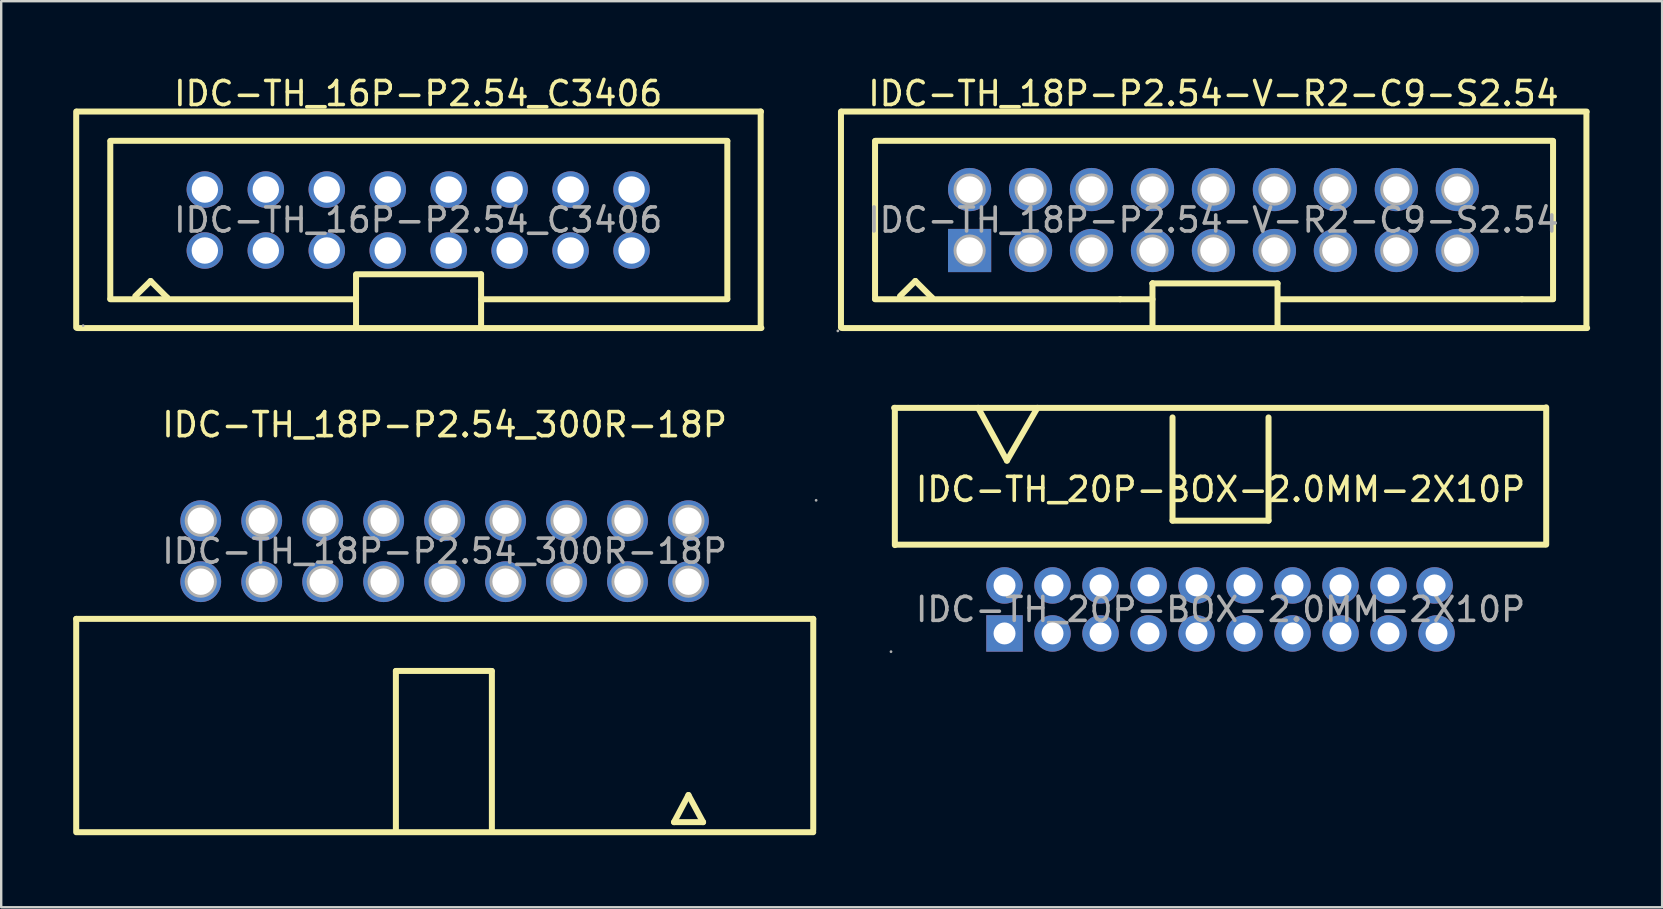
<source format=kicad_pcb>
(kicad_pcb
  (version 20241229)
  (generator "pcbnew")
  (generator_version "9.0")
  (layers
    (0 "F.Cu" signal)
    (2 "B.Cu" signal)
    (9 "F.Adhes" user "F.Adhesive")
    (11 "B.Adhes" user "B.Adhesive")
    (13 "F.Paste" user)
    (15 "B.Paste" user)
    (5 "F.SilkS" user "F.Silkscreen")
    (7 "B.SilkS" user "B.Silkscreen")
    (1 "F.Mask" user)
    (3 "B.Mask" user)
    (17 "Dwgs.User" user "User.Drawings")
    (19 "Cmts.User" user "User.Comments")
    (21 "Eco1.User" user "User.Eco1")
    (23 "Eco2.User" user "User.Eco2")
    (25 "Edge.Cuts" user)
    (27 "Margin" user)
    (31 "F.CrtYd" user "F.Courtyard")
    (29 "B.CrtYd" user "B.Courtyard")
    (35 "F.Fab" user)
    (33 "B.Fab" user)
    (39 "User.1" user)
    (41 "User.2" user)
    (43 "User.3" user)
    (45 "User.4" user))
  (footprint "IDC-TH_18P-P2.54-V-R2-C9-S2.54"
    (layer "F.Cu")
    (at 47.51 6.118)
    (property "Reference" "IDC-TH_18P-P2.54-V-R2-C9-S2.54" (at 0 -5.27 0) (layer "F.SilkS") (effects (font (size 1 1) (thickness 0.15))))
    (attr through_hole)
    (fp_line (start -15.52 4.48) (end -15.52 -4.52) (stroke (width 0.25) (type solid)) (layer "F.SilkS"))
    (fp_line (start -15.49 -4.52) (end 15.55 -4.52) (stroke (width 0.25) (type solid)) (layer "F.SilkS"))
    (fp_line (start -15.47 4.5) (end 15.57 4.5) (stroke (width 0.25) (type solid)) (layer "F.SilkS"))
    (fp_line (start -14.1 3.28) (end -14.1 -3.29) (stroke (width 0.25) (type solid)) (layer "F.SilkS"))
    (fp_line (start -14.1 3.3) (end -3.89 3.3) (stroke (width 0.25) (type solid)) (layer "F.SilkS"))
    (fp_line (start -14.09 -3.3) (end 14.15 -3.3) (stroke (width 0.25) (type solid)) (layer "F.SilkS"))
    (fp_line (start -13.06 3.17) (end -12.42 2.54) (stroke (width 0.25) (type solid)) (layer "F.SilkS"))
    (fp_line (start -12.42 2.54) (end -11.73 3.23) (stroke (width 0.25) (type solid)) (layer "F.SilkS"))
    (fp_line (start -11.73 3.23) (end -11.73 3.25) (stroke (width 0.25) (type solid)) (layer "F.SilkS"))
    (fp_line (start -3.89 3.3) (end -2.54 3.3) (stroke (width 0.25) (type solid)) (layer "F.SilkS"))
    (fp_line (start -2.54 2.64) (end -2.54 2.64) (stroke (width 0.25) (type solid)) (layer "F.SilkS"))
    (fp_line (start -2.54 2.64) (end -2.54 4.5) (stroke (width 0.25) (type solid)) (layer "F.SilkS"))
    (fp_line (start -2.54 2.64) (end 2.67 2.64) (stroke (width 0.25) (type solid)) (layer "F.SilkS"))
    (fp_line (start 2.67 2.64) (end 2.67 4.5) (stroke (width 0.25) (type solid)) (layer "F.SilkS"))
    (fp_line (start 2.67 4.5) (end 2.67 4.47) (stroke (width 0.25) (type solid)) (layer "F.SilkS"))
    (fp_line (start 2.69 3.3) (end 12.85 3.3) (stroke (width 0.25) (type solid)) (layer "F.SilkS"))
    (fp_line (start 12.85 3.3) (end 14.15 3.3) (stroke (width 0.25) (type solid)) (layer "F.SilkS"))
    (fp_line (start 14.15 -3.28) (end 14.15 3.29) (stroke (width 0.25) (type solid)) (layer "F.SilkS"))
    (fp_line (start 15.54 -4.5) (end 15.54 4.5) (stroke (width 0.25) (type solid)) (layer "F.SilkS"))
    (fp_circle (center -15.65 4.62) (end -15.62 4.62) (stroke (width 0.06) (type solid)) (fill no) (layer "F.Fab"))
    (fp_circle (center -10.16 -1.27) (end -9.94 -1.27) (stroke (width 0.45) (type solid)) (fill no) (layer "F.Fab"))
    (fp_circle (center -10.16 1.27) (end -9.94 1.27) (stroke (width 0.45) (type solid)) (fill no) (layer "F.Fab"))
    (fp_circle (center -7.62 -1.27) (end -7.4 -1.27) (stroke (width 0.45) (type solid)) (fill no) (layer "F.Fab"))
    (fp_circle (center -7.62 1.27) (end -7.4 1.27) (stroke (width 0.45) (type solid)) (fill no) (layer "F.Fab"))
    (fp_circle (center -5.08 -1.27) (end -4.86 -1.27) (stroke (width 0.45) (type solid)) (fill no) (layer "F.Fab"))
    (fp_circle (center -5.08 1.27) (end -4.86 1.27) (stroke (width 0.45) (type solid)) (fill no) (layer "F.Fab"))
    (fp_circle (center -2.54 -1.27) (end -2.32 -1.27) (stroke (width 0.45) (type solid)) (fill no) (layer "F.Fab"))
    (fp_circle (center -2.54 1.27) (end -2.32 1.27) (stroke (width 0.45) (type solid)) (fill no) (layer "F.Fab"))
    (fp_circle (center 0 -1.27) (end 0.22 -1.27) (stroke (width 0.45) (type solid)) (fill no) (layer "F.Fab"))
    (fp_circle (center 0 1.27) (end 0.22 1.27) (stroke (width 0.45) (type solid)) (fill no) (layer "F.Fab"))
    (fp_circle (center 2.54 -1.27) (end 2.76 -1.27) (stroke (width 0.45) (type solid)) (fill no) (layer "F.Fab"))
    (fp_circle (center 2.54 1.27) (end 2.76 1.27) (stroke (width 0.45) (type solid)) (fill no) (layer "F.Fab"))
    (fp_circle (center 5.08 -1.27) (end 5.3 -1.27) (stroke (width 0.45) (type solid)) (fill no) (layer "F.Fab"))
    (fp_circle (center 5.08 1.27) (end 5.3 1.27) (stroke (width 0.45) (type solid)) (fill no) (layer "F.Fab"))
    (fp_circle (center 7.62 -1.27) (end 7.84 -1.27) (stroke (width 0.45) (type solid)) (fill no) (layer "F.Fab"))
    (fp_circle (center 7.62 1.27) (end 7.84 1.27) (stroke (width 0.45) (type solid)) (fill no) (layer "F.Fab"))
    (fp_circle (center 10.16 -1.27) (end 10.38 -1.27) (stroke (width 0.45) (type solid)) (fill no) (layer "F.Fab"))
    (fp_circle (center 10.16 1.27) (end 10.38 1.27) (stroke (width 0.45) (type solid)) (fill no) (layer "F.Fab"))
    (fp_text user "${REFERENCE}" (at 0 0 0) (layer "F.Fab") (effects (font (size 1 1) (thickness 0.15))))
    (pad "1" thru_hole rect (at -10.16 1.27) (size 1.8 1.8) (drill 1.1) (layers "*.Cu" "*.Paste" "*.Mask"))
    (pad "2" thru_hole circle (at -10.16 -1.27) (size 1.8 1.8) (drill 1.1) (layers "*.Cu" "*.Paste" "*.Mask"))
    (pad "3" thru_hole circle (at -7.62 1.27) (size 1.8 1.8) (drill 1.1) (layers "*.Cu" "*.Paste" "*.Mask"))
    (pad "4" thru_hole circle (at -7.62 -1.27) (size 1.8 1.8) (drill 1.1) (layers "*.Cu" "*.Paste" "*.Mask"))
    (pad "5" thru_hole circle (at -5.08 1.27) (size 1.8 1.8) (drill 1.1) (layers "*.Cu" "*.Paste" "*.Mask"))
    (pad "6" thru_hole circle (at -5.08 -1.27) (size 1.8 1.8) (drill 1.1) (layers "*.Cu" "*.Paste" "*.Mask"))
    (pad "7" thru_hole circle (at -2.54 1.27) (size 1.8 1.8) (drill 1.1) (layers "*.Cu" "*.Paste" "*.Mask"))
    (pad "8" thru_hole circle (at -2.54 -1.27) (size 1.8 1.8) (drill 1.1) (layers "*.Cu" "*.Paste" "*.Mask"))
    (pad "9" thru_hole circle (at 0 1.27) (size 1.8 1.8) (drill 1.1) (layers "*.Cu" "*.Paste" "*.Mask"))
    (pad "10" thru_hole circle (at 0 -1.27) (size 1.8 1.8) (drill 1.1) (layers "*.Cu" "*.Paste" "*.Mask"))
    (pad "11" thru_hole circle (at 2.54 1.27) (size 1.8 1.8) (drill 1.1) (layers "*.Cu" "*.Paste" "*.Mask"))
    (pad "12" thru_hole circle (at 2.54 -1.27) (size 1.8 1.8) (drill 1.1) (layers "*.Cu" "*.Paste" "*.Mask"))
    (pad "13" thru_hole circle (at 5.08 1.27) (size 1.8 1.8) (drill 1.1) (layers "*.Cu" "*.Paste" "*.Mask"))
    (pad "14" thru_hole circle (at 5.08 -1.27) (size 1.8 1.8) (drill 1.1) (layers "*.Cu" "*.Paste" "*.Mask"))
    (pad "15" thru_hole circle (at 7.62 1.27) (size 1.8 1.8) (drill 1.1) (layers "*.Cu" "*.Paste" "*.Mask"))
    (pad "16" thru_hole circle (at 7.62 -1.27) (size 1.8 1.8) (drill 1.1) (layers "*.Cu" "*.Paste" "*.Mask"))
    (pad "17" thru_hole circle (at 10.16 1.27) (size 1.8 1.8) (drill 1.1) (layers "*.Cu" "*.Paste" "*.Mask"))
    (pad "18" thru_hole circle (at 10.16 -1.27) (size 1.8 1.8) (drill 1.1) (layers "*.Cu" "*.Paste" "*.Mask")))
  (footprint "IDC-TH_18P-P2.54_300R-18P"
    (layer "F.Cu")
    (at 15.475 19.916)
    (property "Reference" "IDC-TH_18P-P2.54_300R-18P" (at 0 -5.27 0) (layer "F.SilkS") (effects (font (size 1 1) (thickness 0.15))))
    (attr through_hole)
    (fp_line (start -15.35 2.82) (end -15.35 11.62) (stroke (width 0.25) (type solid)) (layer "F.SilkS"))
    (fp_line (start -15.35 2.82) (end 15.36 2.82) (stroke (width 0.25) (type solid)) (layer "F.SilkS"))
    (fp_line (start -15.35 11.71) (end 15.36 11.71) (stroke (width 0.25) (type solid)) (layer "F.SilkS"))
    (fp_line (start -2.03 11.69) (end -2.03 4.99) (stroke (width 0.25) (type solid)) (layer "F.SilkS"))
    (fp_line (start 1.96 4.99) (end -2.03 4.99) (stroke (width 0.25) (type solid)) (layer "F.SilkS"))
    (fp_line (start 1.97 11.69) (end 1.97 4.99) (stroke (width 0.25) (type solid)) (layer "F.SilkS"))
    (fp_line (start 9.56 11.29) (end 10.77 11.29) (stroke (width 0.25) (type solid)) (layer "F.SilkS"))
    (fp_line (start 10.16 10.16) (end 9.56 11.29) (stroke (width 0.25) (type solid)) (layer "F.SilkS"))
    (fp_line (start 10.77 11.29) (end 10.16 10.16) (stroke (width 0.25) (type solid)) (layer "F.SilkS"))
    (fp_line (start 15.36 2.82) (end 15.36 11.62) (stroke (width 0.25) (type solid)) (layer "F.SilkS"))
    (fp_circle (center -10.16 -1.27) (end -9.94 -1.27) (stroke (width 0.45) (type solid)) (fill no) (layer "F.Fab"))
    (fp_circle (center -10.16 1.27) (end -9.94 1.27) (stroke (width 0.45) (type solid)) (fill no) (layer "F.Fab"))
    (fp_circle (center -7.62 -1.27) (end -7.4 -1.27) (stroke (width 0.45) (type solid)) (fill no) (layer "F.Fab"))
    (fp_circle (center -7.62 1.27) (end -7.4 1.27) (stroke (width 0.45) (type solid)) (fill no) (layer "F.Fab"))
    (fp_circle (center -5.08 -1.27) (end -4.86 -1.27) (stroke (width 0.45) (type solid)) (fill no) (layer "F.Fab"))
    (fp_circle (center -5.08 1.27) (end -4.86 1.27) (stroke (width 0.45) (type solid)) (fill no) (layer "F.Fab"))
    (fp_circle (center -2.54 -1.27) (end -2.32 -1.27) (stroke (width 0.45) (type solid)) (fill no) (layer "F.Fab"))
    (fp_circle (center -2.54 1.27) (end -2.32 1.27) (stroke (width 0.45) (type solid)) (fill no) (layer "F.Fab"))
    (fp_circle (center 0 -1.27) (end 0.22 -1.27) (stroke (width 0.45) (type solid)) (fill no) (layer "F.Fab"))
    (fp_circle (center 0 1.27) (end 0.22 1.27) (stroke (width 0.45) (type solid)) (fill no) (layer "F.Fab"))
    (fp_circle (center 2.54 -1.27) (end 2.76 -1.27) (stroke (width 0.45) (type solid)) (fill no) (layer "F.Fab"))
    (fp_circle (center 2.54 1.27) (end 2.76 1.27) (stroke (width 0.45) (type solid)) (fill no) (layer "F.Fab"))
    (fp_circle (center 5.08 -1.27) (end 5.3 -1.27) (stroke (width 0.45) (type solid)) (fill no) (layer "F.Fab"))
    (fp_circle (center 5.08 1.27) (end 5.3 1.27) (stroke (width 0.45) (type solid)) (fill no) (layer "F.Fab"))
    (fp_circle (center 7.62 -1.27) (end 7.84 -1.27) (stroke (width 0.45) (type solid)) (fill no) (layer "F.Fab"))
    (fp_circle (center 7.62 1.27) (end 7.84 1.27) (stroke (width 0.45) (type solid)) (fill no) (layer "F.Fab"))
    (fp_circle (center 10.16 -1.27) (end 10.38 -1.27) (stroke (width 0.45) (type solid)) (fill no) (layer "F.Fab"))
    (fp_circle (center 10.16 1.27) (end 10.38 1.27) (stroke (width 0.45) (type solid)) (fill no) (layer "F.Fab"))
    (fp_circle (center 15.48 -2.12) (end 15.51 -2.12) (stroke (width 0.06) (type solid)) (fill no) (layer "F.Fab"))
    (fp_text user "${REFERENCE}" (at 0 0 0) (layer "F.Fab") (effects (font (size 1 1) (thickness 0.15))))
    (pad "1" thru_hole circle (at 10.16 -1.27 180) (size 1.7 1.7) (drill 1.1) (layers "*.Cu" "*.Paste" "*.Mask"))
    (pad "2" thru_hole circle (at 10.16 1.27 180) (size 1.7 1.7) (drill 1.1) (layers "*.Cu" "*.Paste" "*.Mask"))
    (pad "3" thru_hole circle (at 7.62 -1.27 180) (size 1.7 1.7) (drill 1.1) (layers "*.Cu" "*.Paste" "*.Mask"))
    (pad "4" thru_hole circle (at 7.62 1.27 180) (size 1.7 1.7) (drill 1.1) (layers "*.Cu" "*.Paste" "*.Mask"))
    (pad "5" thru_hole circle (at 5.08 -1.27 180) (size 1.7 1.7) (drill 1.1) (layers "*.Cu" "*.Paste" "*.Mask"))
    (pad "6" thru_hole circle (at 5.08 1.27 180) (size 1.7 1.7) (drill 1.1) (layers "*.Cu" "*.Paste" "*.Mask"))
    (pad "7" thru_hole circle (at 2.54 -1.27 180) (size 1.7 1.7) (drill 1.1) (layers "*.Cu" "*.Paste" "*.Mask"))
    (pad "8" thru_hole circle (at 2.54 1.27 180) (size 1.7 1.7) (drill 1.1) (layers "*.Cu" "*.Paste" "*.Mask"))
    (pad "9" thru_hole circle (at 0 -1.27 180) (size 1.7 1.7) (drill 1.1) (layers "*.Cu" "*.Paste" "*.Mask"))
    (pad "10" thru_hole circle (at 0 1.27 180) (size 1.7 1.7) (drill 1.1) (layers "*.Cu" "*.Paste" "*.Mask"))
    (pad "11" thru_hole circle (at -2.54 -1.27 180) (size 1.7 1.7) (drill 1.1) (layers "*.Cu" "*.Paste" "*.Mask"))
    (pad "12" thru_hole circle (at -2.54 1.27 180) (size 1.7 1.7) (drill 1.1) (layers "*.Cu" "*.Paste" "*.Mask"))
    (pad "13" thru_hole circle (at -5.08 -1.27 180) (size 1.7 1.7) (drill 1.1) (layers "*.Cu" "*.Paste" "*.Mask"))
    (pad "14" thru_hole circle (at -5.08 1.27 180) (size 1.7 1.7) (drill 1.1) (layers "*.Cu" "*.Paste" "*.Mask"))
    (pad "15" thru_hole circle (at -7.62 -1.27 180) (size 1.7 1.7) (drill 1.1) (layers "*.Cu" "*.Paste" "*.Mask"))
    (pad "16" thru_hole circle (at -7.62 1.27 180) (size 1.7 1.7) (drill 1.1) (layers "*.Cu" "*.Paste" "*.Mask"))
    (pad "17" thru_hole circle (at -10.16 -1.27 180) (size 1.7 1.7) (drill 1.1) (layers "*.Cu" "*.Paste" "*.Mask"))
    (pad "18" thru_hole circle (at -10.16 1.27 180) (size 1.7 1.7) (drill 1.1) (layers "*.Cu" "*.Paste" "*.Mask")))
  (footprint "IDC-TH_16P-P2.54_C3406"
    (layer "F.Cu")
    (at 14.375 6.118)
    (property "Reference" "IDC-TH_16P-P2.54_C3406" (at 0 -5.27 0) (layer "F.SilkS") (effects (font (size 1 1) (thickness 0.15))))
    (attr through_hole)
    (fp_line (start -14.25 4.48) (end -14.25 -4.52) (stroke (width 0.25) (type solid)) (layer "F.SilkS"))
    (fp_line (start -14.22 -4.52) (end 14.28 -4.52) (stroke (width 0.25) (type solid)) (layer "F.SilkS"))
    (fp_line (start -14.2 4.5) (end 14.3 4.5) (stroke (width 0.25) (type solid)) (layer "F.SilkS"))
    (fp_line (start -12.83 3.28) (end -12.83 -3.29) (stroke (width 0.25) (type solid)) (layer "F.SilkS"))
    (fp_line (start -12.83 3.3) (end -2.62 3.3) (stroke (width 0.25) (type solid)) (layer "F.SilkS"))
    (fp_line (start -12.82 -3.3) (end 12.88 -3.3) (stroke (width 0.25) (type solid)) (layer "F.SilkS"))
    (fp_line (start -11.79 3.17) (end -11.15 2.54) (stroke (width 0.25) (type solid)) (layer "F.SilkS"))
    (fp_line (start -11.15 2.54) (end -10.46 3.23) (stroke (width 0.25) (type solid)) (layer "F.SilkS"))
    (fp_line (start -10.46 3.23) (end -10.46 3.25) (stroke (width 0.25) (type solid)) (layer "F.SilkS"))
    (fp_line (start -2.62 3.3) (end -2.59 3.28) (stroke (width 0.25) (type solid)) (layer "F.SilkS"))
    (fp_line (start -2.59 2.26) (end 2.62 2.26) (stroke (width 0.25) (type solid)) (layer "F.SilkS"))
    (fp_line (start -2.59 2.31) (end -2.59 4.47) (stroke (width 0.25) (type solid)) (layer "F.SilkS"))
    (fp_line (start 2.62 2.26) (end 2.62 4.47) (stroke (width 0.25) (type solid)) (layer "F.SilkS"))
    (fp_line (start 2.62 4.47) (end 2.64 4.5) (stroke (width 0.25) (type solid)) (layer "F.SilkS"))
    (fp_line (start 2.64 3.3) (end 12.88 3.3) (stroke (width 0.25) (type solid)) (layer "F.SilkS"))
    (fp_line (start 2.64 3.33) (end 2.64 3.3) (stroke (width 0.25) (type solid)) (layer "F.SilkS"))
    (fp_line (start 12.88 -3.29) (end 12.88 3.28) (stroke (width 0.25) (type solid)) (layer "F.SilkS"))
    (fp_line (start 14.27 -4.52) (end 14.27 4.48) (stroke (width 0.25) (type solid)) (layer "F.SilkS"))
    (fp_circle (center -13.96 4.4) (end -13.93 4.4) (stroke (width 0.06) (type solid)) (fill no) (layer "F.Fab"))
    (fp_text user "${REFERENCE}" (at 0 0 0) (layer "F.Fab") (effects (font (size 1 1) (thickness 0.15))))
    (pad "1" thru_hole circle (at -8.89 1.27) (size 1.52 1.52) (drill 1.1) (layers "*.Cu" "*.Paste" "*.Mask"))
    (pad "2" thru_hole circle (at -8.89 -1.27) (size 1.52 1.52) (drill 1.1) (layers "*.Cu" "*.Paste" "*.Mask"))
    (pad "3" thru_hole circle (at -6.35 1.27) (size 1.52 1.52) (drill 1.1) (layers "*.Cu" "*.Paste" "*.Mask"))
    (pad "4" thru_hole circle (at -6.35 -1.27) (size 1.52 1.52) (drill 1.1) (layers "*.Cu" "*.Paste" "*.Mask"))
    (pad "5" thru_hole circle (at -3.81 1.27) (size 1.52 1.52) (drill 1.1) (layers "*.Cu" "*.Paste" "*.Mask"))
    (pad "6" thru_hole circle (at -3.81 -1.27) (size 1.52 1.52) (drill 1.1) (layers "*.Cu" "*.Paste" "*.Mask"))
    (pad "7" thru_hole circle (at -1.27 1.27) (size 1.52 1.52) (drill 1.1) (layers "*.Cu" "*.Paste" "*.Mask"))
    (pad "8" thru_hole circle (at -1.27 -1.27) (size 1.52 1.52) (drill 1.1) (layers "*.Cu" "*.Paste" "*.Mask"))
    (pad "9" thru_hole circle (at 1.27 1.27) (size 1.52 1.52) (drill 1.1) (layers "*.Cu" "*.Paste" "*.Mask"))
    (pad "10" thru_hole circle (at 1.27 -1.27) (size 1.52 1.52) (drill 1.1) (layers "*.Cu" "*.Paste" "*.Mask"))
    (pad "11" thru_hole circle (at 3.81 1.27) (size 1.52 1.52) (drill 1.1) (layers "*.Cu" "*.Paste" "*.Mask"))
    (pad "12" thru_hole circle (at 3.81 -1.27) (size 1.52 1.52) (drill 1.1) (layers "*.Cu" "*.Paste" "*.Mask"))
    (pad "13" thru_hole circle (at 6.35 1.27) (size 1.52 1.52) (drill 1.1) (layers "*.Cu" "*.Paste" "*.Mask"))
    (pad "14" thru_hole circle (at 6.35 -1.27) (size 1.52 1.52) (drill 1.1) (layers "*.Cu" "*.Paste" "*.Mask"))
    (pad "15" thru_hole circle (at 8.89 1.27) (size 1.52 1.52) (drill 1.1) (layers "*.Cu" "*.Paste" "*.Mask"))
    (pad "16" thru_hole circle (at 8.89 -1.27) (size 1.52 1.52) (drill 1.1) (layers "*.Cu" "*.Paste" "*.Mask")))
  (footprint "IDC-TH_20P-BOX-2.0MM-2X10P"
    (layer "F.Cu")
    (at 47.805 22.343)
    (property "Reference" "IDC-TH_20P-BOX-2.0MM-2X10P" (at 0 -5 0) (layer "F.SilkS") (effects (font (size 1 1) (thickness 0.15))))
    (attr through_hole)
    (fp_line (start -13.6 -8.4) (end 13.5 -8.4) (stroke (width 0.25) (type solid)) (layer "F.SilkS"))
    (fp_line (start -13.57 -8.4) (end -13.57 -2.68) (stroke (width 0.25) (type solid)) (layer "F.SilkS"))
    (fp_line (start -13.5 -2.7) (end 13.5 -2.7) (stroke (width 0.25) (type solid)) (layer "F.SilkS"))
    (fp_line (start -10.1 -8.4) (end -8.9 -6.2) (stroke (width 0.25) (type solid)) (layer "F.SilkS"))
    (fp_line (start -8.9 -6.2) (end -7.63 -8.4) (stroke (width 0.25) (type solid)) (layer "F.SilkS"))
    (fp_line (start -2 -8) (end -2 -3.7) (stroke (width 0.25) (type solid)) (layer "F.SilkS"))
    (fp_line (start -2 -3.7) (end 2 -3.7) (stroke (width 0.25) (type solid)) (layer "F.SilkS"))
    (fp_line (start 2 -3.7) (end 2 -8) (stroke (width 0.25) (type solid)) (layer "F.SilkS"))
    (fp_line (start 13.57 -2.7) (end 13.57 -8.42) (stroke (width 0.25) (type solid)) (layer "F.SilkS"))
    (fp_circle (center -13.73 1.76) (end -13.7 1.76) (stroke (width 0.06) (type solid)) (fill no) (layer "F.Fab"))
    (fp_circle (center -9 -1) (end -8.82 -1) (stroke (width 0.36) (type solid)) (fill no) (layer "F.Fab"))
    (fp_circle (center -9 1) (end -8.82 1) (stroke (width 0.36) (type solid)) (fill no) (layer "F.Fab"))
    (fp_circle (center -7 -1) (end -6.82 -1) (stroke (width 0.36) (type solid)) (fill no) (layer "F.Fab"))
    (fp_circle (center -7 1) (end -6.82 1) (stroke (width 0.36) (type solid)) (fill no) (layer "F.Fab"))
    (fp_circle (center -5 -1) (end -4.82 -1) (stroke (width 0.36) (type solid)) (fill no) (layer "F.Fab"))
    (fp_circle (center -5 1) (end -4.82 1) (stroke (width 0.36) (type solid)) (fill no) (layer "F.Fab"))
    (fp_circle (center -3 -1) (end -2.82 -1) (stroke (width 0.36) (type solid)) (fill no) (layer "F.Fab"))
    (fp_circle (center -3 1) (end -2.82 1) (stroke (width 0.36) (type solid)) (fill no) (layer "F.Fab"))
    (fp_circle (center -1 -1) (end -0.82 -1) (stroke (width 0.36) (type solid)) (fill no) (layer "F.Fab"))
    (fp_circle (center -1 1) (end -0.82 1) (stroke (width 0.36) (type solid)) (fill no) (layer "F.Fab"))
    (fp_circle (center 1 -1) (end 1.18 -1) (stroke (width 0.36) (type solid)) (fill no) (layer "F.Fab"))
    (fp_circle (center 1 1) (end 1.18 1) (stroke (width 0.36) (type solid)) (fill no) (layer "F.Fab"))
    (fp_circle (center 3 -1) (end 3.18 -1) (stroke (width 0.36) (type solid)) (fill no) (layer "F.Fab"))
    (fp_circle (center 3 1) (end 3.18 1) (stroke (width 0.36) (type solid)) (fill no) (layer "F.Fab"))
    (fp_circle (center 5 -1) (end 5.18 -1) (stroke (width 0.36) (type solid)) (fill no) (layer "F.Fab"))
    (fp_circle (center 5 1) (end 5.18 1) (stroke (width 0.36) (type solid)) (fill no) (layer "F.Fab"))
    (fp_circle (center 7 -1) (end 7.18 -1) (stroke (width 0.36) (type solid)) (fill no) (layer "F.Fab"))
    (fp_circle (center 7 1) (end 7.18 1) (stroke (width 0.36) (type solid)) (fill no) (layer "F.Fab"))
    (fp_circle (center 8.92 -1) (end 9.1 -1) (stroke (width 0.36) (type solid)) (fill no) (layer "F.Fab"))
    (fp_circle (center 9 1) (end 9.18 1) (stroke (width 0.36) (type solid)) (fill no) (layer "F.Fab"))
    (fp_text user "${REFERENCE}" (at 0 0 0) (layer "F.Fab") (effects (font (size 1 1) (thickness 0.15))))
    (pad "1" thru_hole rect (at -9 1) (size 1.52 1.52) (drill 0.914) (layers "*.Cu" "*.Paste" "*.Mask"))
    (pad "2" thru_hole circle (at -9 -1) (size 1.52 1.52) (drill 0.914) (layers "*.Cu" "*.Paste" "*.Mask"))
    (pad "3" thru_hole circle (at -7 1) (size 1.52 1.52) (drill 0.914) (layers "*.Cu" "*.Paste" "*.Mask"))
    (pad "4" thru_hole circle (at -7 -1) (size 1.52 1.52) (drill 0.914) (layers "*.Cu" "*.Paste" "*.Mask"))
    (pad "5" thru_hole circle (at -5 1) (size 1.52 1.52) (drill 0.914) (layers "*.Cu" "*.Paste" "*.Mask"))
    (pad "6" thru_hole circle (at -5 -1) (size 1.52 1.52) (drill 0.914) (layers "*.Cu" "*.Paste" "*.Mask"))
    (pad "7" thru_hole circle (at -3 1) (size 1.52 1.52) (drill 0.914) (layers "*.Cu" "*.Paste" "*.Mask"))
    (pad "8" thru_hole circle (at -3 -1) (size 1.52 1.52) (drill 0.914) (layers "*.Cu" "*.Paste" "*.Mask"))
    (pad "9" thru_hole circle (at -1 1) (size 1.52 1.52) (drill 0.914) (layers "*.Cu" "*.Paste" "*.Mask"))
    (pad "10" thru_hole circle (at -1 -1) (size 1.52 1.52) (drill 0.914) (layers "*.Cu" "*.Paste" "*.Mask"))
    (pad "11" thru_hole circle (at 1 1) (size 1.52 1.52) (drill 0.914) (layers "*.Cu" "*.Paste" "*.Mask"))
    (pad "12" thru_hole circle (at 1 -1) (size 1.52 1.52) (drill 0.914) (layers "*.Cu" "*.Paste" "*.Mask"))
    (pad "13" thru_hole circle (at 3 1) (size 1.52 1.52) (drill 0.914) (layers "*.Cu" "*.Paste" "*.Mask"))
    (pad "14" thru_hole circle (at 3 -1) (size 1.52 1.52) (drill 0.914) (layers "*.Cu" "*.Paste" "*.Mask"))
    (pad "15" thru_hole circle (at 5 1) (size 1.52 1.52) (drill 0.914) (layers "*.Cu" "*.Paste" "*.Mask"))
    (pad "16" thru_hole circle (at 5 -1) (size 1.52 1.52) (drill 0.914) (layers "*.Cu" "*.Paste" "*.Mask"))
    (pad "17" thru_hole circle (at 7 1) (size 1.52 1.52) (drill 0.914) (layers "*.Cu" "*.Paste" "*.Mask"))
    (pad "18" thru_hole circle (at 7 -1) (size 1.52 1.52) (drill 0.914) (layers "*.Cu" "*.Paste" "*.Mask"))
    (pad "19" thru_hole circle (at 9 1) (size 1.52 1.52) (drill 0.914) (layers "*.Cu" "*.Paste" "*.Mask"))
    (pad "20" thru_hole circle (at 8.92 -1) (size 1.52 1.52) (drill 0.914) (layers "*.Cu" "*.Paste" "*.Mask")))
  (gr_rect
    (start -3 -3)
    (end 66.205 34.752)
    (stroke (width 0.1) (type default))
    (fill no)
    (layer "Edge.Cuts")))
</source>
